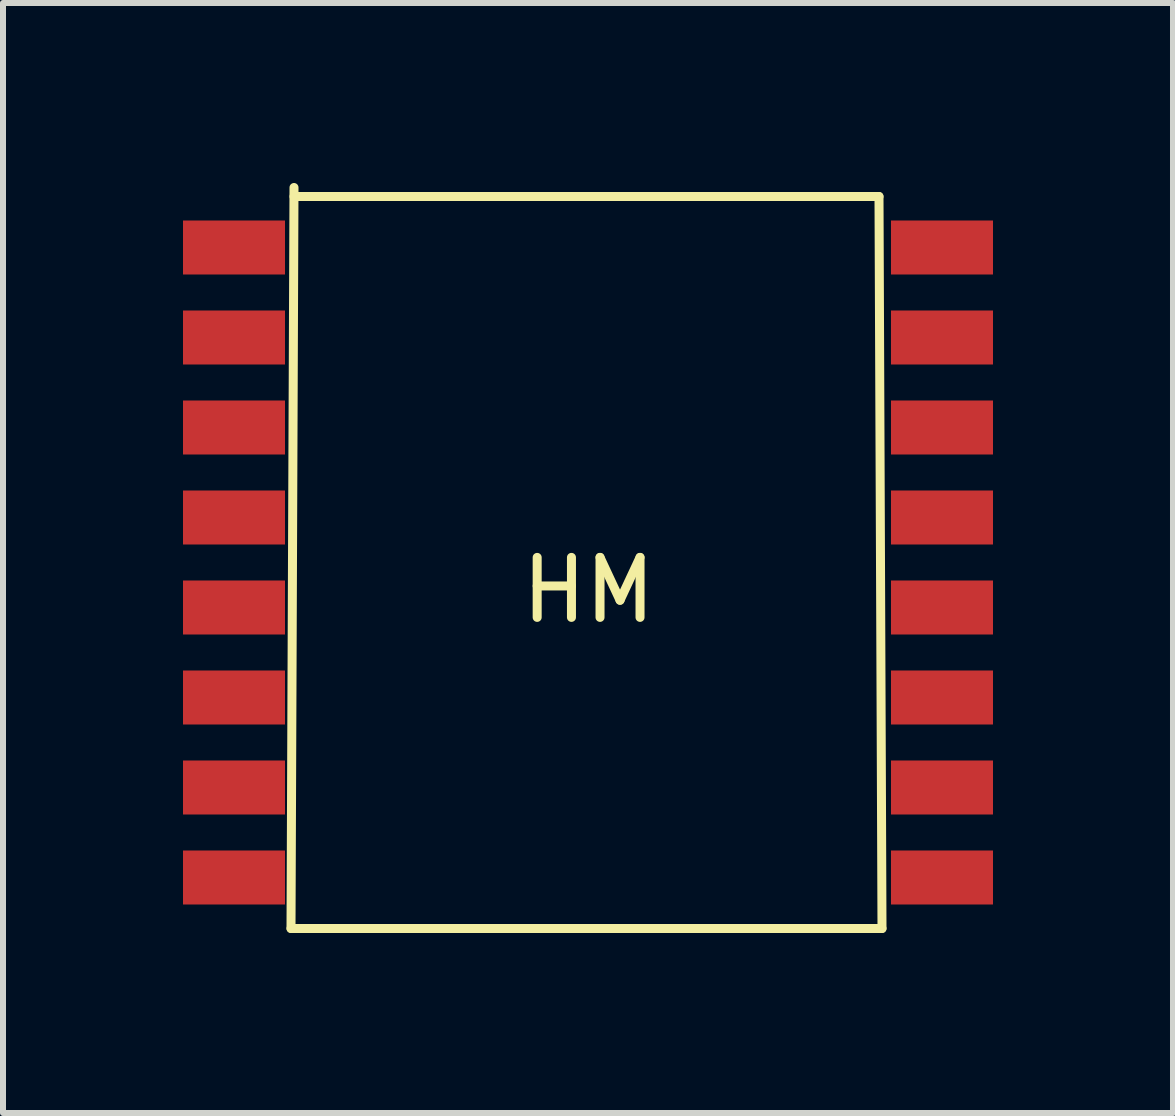
<source format=kicad_pcb>
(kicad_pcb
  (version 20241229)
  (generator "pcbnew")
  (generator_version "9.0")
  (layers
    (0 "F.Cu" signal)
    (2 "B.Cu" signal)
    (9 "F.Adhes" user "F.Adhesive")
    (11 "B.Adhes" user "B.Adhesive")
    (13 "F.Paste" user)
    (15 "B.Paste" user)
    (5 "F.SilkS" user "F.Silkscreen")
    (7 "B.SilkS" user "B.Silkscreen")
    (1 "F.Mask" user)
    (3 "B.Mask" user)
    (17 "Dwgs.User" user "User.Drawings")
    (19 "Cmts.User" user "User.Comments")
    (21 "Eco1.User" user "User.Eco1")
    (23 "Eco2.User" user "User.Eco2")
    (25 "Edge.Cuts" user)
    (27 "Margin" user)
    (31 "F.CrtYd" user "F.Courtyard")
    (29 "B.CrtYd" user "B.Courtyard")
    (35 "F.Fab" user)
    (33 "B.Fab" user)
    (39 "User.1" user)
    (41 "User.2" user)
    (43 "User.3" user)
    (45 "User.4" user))
  (footprint "HM"
    (layer "F.Cu")
    (at 6.85 6.875)
    (property "Reference" "HM" (at -0.09 -0.09 0) (layer "F.SilkS") (effects (font (size 1 1) (thickness 0.15))))
    (attr through_hole)
    (fp_line (start -5.05 5.55) (end 4.8 5.55) (stroke (width 0.15) (type solid)) (layer "F.SilkS"))
    (fp_line (start -5 -6.8) (end -5.05 5.55) (stroke (width 0.15) (type solid)) (layer "F.SilkS"))
    (fp_line (start 4.75 -6.65) (end -5 -6.65) (stroke (width 0.15) (type solid)) (layer "F.SilkS"))
    (fp_line (start 4.8 5.55) (end 4.75 -6.65) (stroke (width 0.15) (type solid)) (layer "F.SilkS"))
    (pad "1" smd rect (at -6 -5.8) (size 1.7 0.9) (layers "F.Cu" "F.Mask" "F.Paste"))
    (pad "2" smd rect (at -6 -4.3) (size 1.7 0.9) (layers "F.Cu" "F.Mask" "F.Paste"))
    (pad "3" smd rect (at -6 -2.8) (size 1.7 0.9) (layers "F.Cu" "F.Mask" "F.Paste"))
    (pad "4" smd rect (at -6 -1.3) (size 1.7 0.9) (layers "F.Cu" "F.Mask" "F.Paste"))
    (pad "5" smd rect (at -6 0.2) (size 1.7 0.9) (layers "F.Cu" "F.Mask" "F.Paste"))
    (pad "6" smd rect (at -6 1.7) (size 1.7 0.9) (layers "F.Cu" "F.Mask" "F.Paste"))
    (pad "7" smd rect (at -6 3.2) (size 1.7 0.9) (layers "F.Cu" "F.Mask" "F.Paste"))
    (pad "8" smd rect (at -6 4.7) (size 1.7 0.9) (layers "F.Cu" "F.Mask" "F.Paste"))
    (pad "9" smd rect (at 5.8 4.7) (size 1.7 0.9) (layers "F.Cu" "F.Mask" "F.Paste"))
    (pad "10" smd rect (at 5.8 3.2) (size 1.7 0.9) (layers "F.Cu" "F.Mask" "F.Paste"))
    (pad "11" smd rect (at 5.8 1.7) (size 1.7 0.9) (layers "F.Cu" "F.Mask" "F.Paste"))
    (pad "12" smd rect (at 5.8 0.2) (size 1.7 0.9) (layers "F.Cu" "F.Mask" "F.Paste"))
    (pad "13" smd rect (at 5.8 -1.3) (size 1.7 0.9) (layers "F.Cu" "F.Mask" "F.Paste"))
    (pad "14" smd rect (at 5.8 -2.8) (size 1.7 0.9) (layers "F.Cu" "F.Mask" "F.Paste"))
    (pad "15" smd rect (at 5.8 -4.3) (size 1.7 0.9) (layers "F.Cu" "F.Mask" "F.Paste"))
    (pad "16" smd rect (at 5.8 -5.8) (size 1.7 0.9) (layers "F.Cu" "F.Mask" "F.Paste")))
  (gr_rect
    (start -3 -3)
    (end 16.5 15.5)
    (stroke (width 0.1) (type default))
    (fill no)
    (layer "Edge.Cuts")))
</source>
